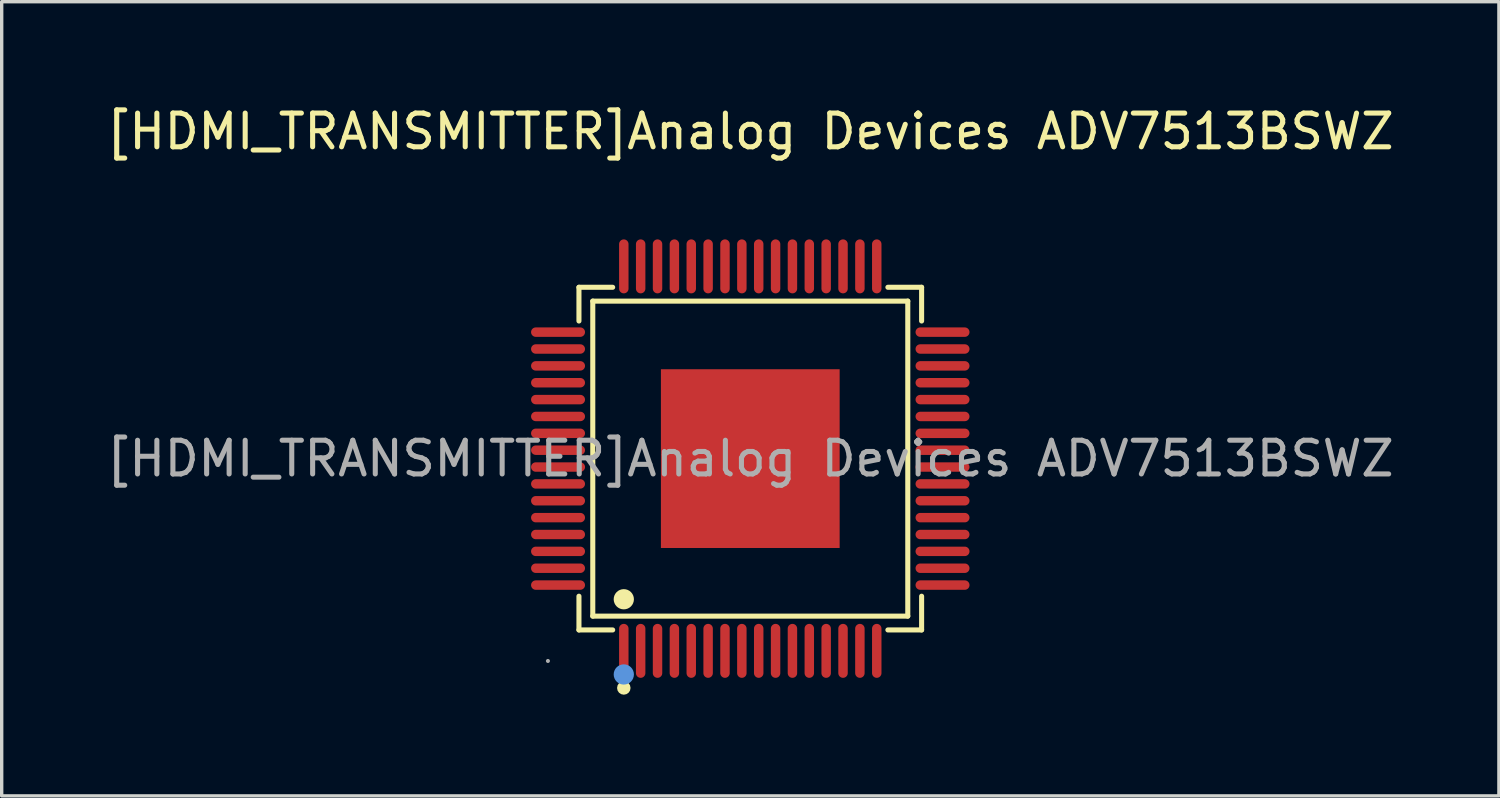
<source format=kicad_pcb>
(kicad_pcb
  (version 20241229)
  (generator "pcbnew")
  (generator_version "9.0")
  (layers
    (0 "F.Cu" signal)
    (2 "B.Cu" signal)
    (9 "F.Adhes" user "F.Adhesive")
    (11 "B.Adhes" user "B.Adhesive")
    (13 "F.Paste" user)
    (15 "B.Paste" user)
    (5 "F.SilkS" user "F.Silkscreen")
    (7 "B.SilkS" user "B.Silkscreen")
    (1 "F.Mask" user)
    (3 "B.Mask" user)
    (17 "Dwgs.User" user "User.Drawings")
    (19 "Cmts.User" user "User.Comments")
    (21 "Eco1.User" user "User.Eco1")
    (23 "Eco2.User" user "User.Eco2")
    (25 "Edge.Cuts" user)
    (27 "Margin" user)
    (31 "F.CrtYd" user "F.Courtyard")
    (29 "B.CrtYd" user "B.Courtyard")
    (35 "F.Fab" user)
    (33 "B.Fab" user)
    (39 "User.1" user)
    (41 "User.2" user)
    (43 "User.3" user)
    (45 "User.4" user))
  (footprint "[HDMI_TRANSMITTER]Analog Devices ADV7513BSWZ"
    (layer "F.Cu")
    (at 19.196 10.548)
    (property "Reference" "[HDMI_TRANSMITTER]Analog Devices ADV7513BSWZ" (at 0 -9.7 0) (layer "F.SilkS") (effects (font (size 1 1) (thickness 0.15))))
    (attr smd)
    (fp_line (start -5.08 -5.08) (end -4.08 -5.08) (stroke (width 0.15) (type solid)) (layer "F.SilkS"))
    (fp_line (start -5.08 -4.08) (end -5.08 -5.08) (stroke (width 0.15) (type solid)) (layer "F.SilkS"))
    (fp_line (start -5.08 4.08) (end -5.08 5.08) (stroke (width 0.15) (type solid)) (layer "F.SilkS"))
    (fp_line (start -5.08 5.08) (end -4.08 5.08) (stroke (width 0.15) (type solid)) (layer "F.SilkS"))
    (fp_line (start -4.67 -4.67) (end 4.67 -4.67) (stroke (width 0.15) (type solid)) (layer "F.SilkS"))
    (fp_line (start -4.67 4.67) (end -4.67 -4.67) (stroke (width 0.15) (type solid)) (layer "F.SilkS"))
    (fp_line (start 4.67 -4.67) (end 4.67 4.67) (stroke (width 0.15) (type solid)) (layer "F.SilkS"))
    (fp_line (start 4.67 4.67) (end -4.67 4.67) (stroke (width 0.15) (type solid)) (layer "F.SilkS"))
    (fp_line (start 5.08 -5.08) (end 4.08 -5.08) (stroke (width 0.15) (type solid)) (layer "F.SilkS"))
    (fp_line (start 5.08 -4.08) (end 5.08 -5.08) (stroke (width 0.15) (type solid)) (layer "F.SilkS"))
    (fp_line (start 5.08 4.08) (end 5.08 5.08) (stroke (width 0.15) (type solid)) (layer "F.SilkS"))
    (fp_line (start 5.08 5.08) (end 4.08 5.08) (stroke (width 0.15) (type solid)) (layer "F.SilkS"))
    (fp_circle (center -3.75 4.17) (end -3.6 4.17) (stroke (width 0.3) (type solid)) (fill no) (layer "F.SilkS"))
    (fp_circle (center -3.75 6.8) (end -3.65 6.8) (stroke (width 0.2) (type solid)) (fill no) (layer "F.SilkS"))
    (fp_circle (center -3.75 6.4) (end -3.6 6.4) (stroke (width 0.3) (type solid)) (fill no) (layer "Cmts.User"))
    (fp_circle (center -6 6) (end -5.97 6) (stroke (width 0.06) (type solid)) (fill no) (layer "F.Fab"))
    (fp_text user "${REFERENCE}" (at 0 0 0) (layer "F.Fab") (effects (font (size 1 1) (thickness 0.15))))
    (pad "1" smd oval (at -3.75 5.7) (size 0.28 1.6) (layers "F.Cu" "F.Mask" "F.Paste"))
    (pad "2" smd oval (at -3.25 5.7) (size 0.28 1.6) (layers "F.Cu" "F.Mask" "F.Paste"))
    (pad "3" smd oval (at -2.75 5.7) (size 0.28 1.6) (layers "F.Cu" "F.Mask" "F.Paste"))
    (pad "4" smd oval (at -2.25 5.7) (size 0.28 1.6) (layers "F.Cu" "F.Mask" "F.Paste"))
    (pad "5" smd oval (at -1.75 5.7) (size 0.28 1.6) (layers "F.Cu" "F.Mask" "F.Paste"))
    (pad "6" smd oval (at -1.25 5.7) (size 0.28 1.6) (layers "F.Cu" "F.Mask" "F.Paste"))
    (pad "7" smd oval (at -0.75 5.7) (size 0.28 1.6) (layers "F.Cu" "F.Mask" "F.Paste"))
    (pad "8" smd oval (at -0.25 5.7) (size 0.28 1.6) (layers "F.Cu" "F.Mask" "F.Paste"))
    (pad "9" smd oval (at 0.25 5.7) (size 0.28 1.6) (layers "F.Cu" "F.Mask" "F.Paste"))
    (pad "10" smd oval (at 0.75 5.7) (size 0.28 1.6) (layers "F.Cu" "F.Mask" "F.Paste"))
    (pad "11" smd oval (at 1.25 5.7) (size 0.28 1.6) (layers "F.Cu" "F.Mask" "F.Paste"))
    (pad "12" smd oval (at 1.75 5.7) (size 0.28 1.6) (layers "F.Cu" "F.Mask" "F.Paste"))
    (pad "13" smd oval (at 2.25 5.7) (size 0.28 1.6) (layers "F.Cu" "F.Mask" "F.Paste"))
    (pad "14" smd oval (at 2.75 5.7) (size 0.28 1.6) (layers "F.Cu" "F.Mask" "F.Paste"))
    (pad "15" smd oval (at 3.25 5.7) (size 0.28 1.6) (layers "F.Cu" "F.Mask" "F.Paste"))
    (pad "16" smd oval (at 3.75 5.7) (size 0.28 1.6) (layers "F.Cu" "F.Mask" "F.Paste"))
    (pad "17" smd oval (at 5.7 3.75) (size 1.6 0.28) (layers "F.Cu" "F.Mask" "F.Paste"))
    (pad "18" smd oval (at 5.7 3.25) (size 1.6 0.28) (layers "F.Cu" "F.Mask" "F.Paste"))
    (pad "19" smd oval (at 5.7 2.75) (size 1.6 0.28) (layers "F.Cu" "F.Mask" "F.Paste"))
    (pad "20" smd oval (at 5.7 2.25) (size 1.6 0.28) (layers "F.Cu" "F.Mask" "F.Paste"))
    (pad "21" smd oval (at 5.7 1.75) (size 1.6 0.28) (layers "F.Cu" "F.Mask" "F.Paste"))
    (pad "22" smd oval (at 5.7 1.25) (size 1.6 0.28) (layers "F.Cu" "F.Mask" "F.Paste"))
    (pad "23" smd oval (at 5.7 0.75) (size 1.6 0.28) (layers "F.Cu" "F.Mask" "F.Paste"))
    (pad "24" smd oval (at 5.7 0.25) (size 1.6 0.28) (layers "F.Cu" "F.Mask" "F.Paste"))
    (pad "25" smd oval (at 5.7 -0.25) (size 1.6 0.28) (layers "F.Cu" "F.Mask" "F.Paste"))
    (pad "26" smd oval (at 5.7 -0.75) (size 1.6 0.28) (layers "F.Cu" "F.Mask" "F.Paste"))
    (pad "27" smd oval (at 5.7 -1.25) (size 1.6 0.28) (layers "F.Cu" "F.Mask" "F.Paste"))
    (pad "28" smd oval (at 5.7 -1.75) (size 1.6 0.28) (layers "F.Cu" "F.Mask" "F.Paste"))
    (pad "29" smd oval (at 5.7 -2.25) (size 1.6 0.28) (layers "F.Cu" "F.Mask" "F.Paste"))
    (pad "30" smd oval (at 5.7 -2.75) (size 1.6 0.28) (layers "F.Cu" "F.Mask" "F.Paste"))
    (pad "31" smd oval (at 5.7 -3.25) (size 1.6 0.28) (layers "F.Cu" "F.Mask" "F.Paste"))
    (pad "32" smd oval (at 5.7 -3.75) (size 1.6 0.28) (layers "F.Cu" "F.Mask" "F.Paste"))
    (pad "33" smd oval (at 3.75 -5.7) (size 0.28 1.6) (layers "F.Cu" "F.Mask" "F.Paste"))
    (pad "34" smd oval (at 3.25 -5.7) (size 0.28 1.6) (layers "F.Cu" "F.Mask" "F.Paste"))
    (pad "35" smd oval (at 2.75 -5.7) (size 0.28 1.6) (layers "F.Cu" "F.Mask" "F.Paste"))
    (pad "36" smd oval (at 2.25 -5.7) (size 0.28 1.6) (layers "F.Cu" "F.Mask" "F.Paste"))
    (pad "37" smd oval (at 1.75 -5.7) (size 0.28 1.6) (layers "F.Cu" "F.Mask" "F.Paste"))
    (pad "38" smd oval (at 1.25 -5.7) (size 0.28 1.6) (layers "F.Cu" "F.Mask" "F.Paste"))
    (pad "39" smd oval (at 0.75 -5.7) (size 0.28 1.6) (layers "F.Cu" "F.Mask" "F.Paste"))
    (pad "40" smd oval (at 0.25 -5.7) (size 0.28 1.6) (layers "F.Cu" "F.Mask" "F.Paste"))
    (pad "41" smd oval (at -0.25 -5.7) (size 0.28 1.6) (layers "F.Cu" "F.Mask" "F.Paste"))
    (pad "42" smd oval (at -0.75 -5.7) (size 0.28 1.6) (layers "F.Cu" "F.Mask" "F.Paste"))
    (pad "43" smd oval (at -1.25 -5.7) (size 0.28 1.6) (layers "F.Cu" "F.Mask" "F.Paste"))
    (pad "44" smd oval (at -1.75 -5.7) (size 0.28 1.6) (layers "F.Cu" "F.Mask" "F.Paste"))
    (pad "45" smd oval (at -2.25 -5.7) (size 0.28 1.6) (layers "F.Cu" "F.Mask" "F.Paste"))
    (pad "46" smd oval (at -2.75 -5.7) (size 0.28 1.6) (layers "F.Cu" "F.Mask" "F.Paste"))
    (pad "47" smd oval (at -3.25 -5.7) (size 0.28 1.6) (layers "F.Cu" "F.Mask" "F.Paste"))
    (pad "48" smd oval (at -3.75 -5.7) (size 0.28 1.6) (layers "F.Cu" "F.Mask" "F.Paste"))
    (pad "49" smd oval (at -5.7 -3.75) (size 1.6 0.28) (layers "F.Cu" "F.Mask" "F.Paste"))
    (pad "50" smd oval (at -5.7 -3.25) (size 1.6 0.28) (layers "F.Cu" "F.Mask" "F.Paste"))
    (pad "51" smd oval (at -5.7 -2.75) (size 1.6 0.28) (layers "F.Cu" "F.Mask" "F.Paste"))
    (pad "52" smd oval (at -5.7 -2.25) (size 1.6 0.28) (layers "F.Cu" "F.Mask" "F.Paste"))
    (pad "53" smd oval (at -5.7 -1.75) (size 1.6 0.28) (layers "F.Cu" "F.Mask" "F.Paste"))
    (pad "54" smd oval (at -5.7 -1.25) (size 1.6 0.28) (layers "F.Cu" "F.Mask" "F.Paste"))
    (pad "55" smd oval (at -5.7 -0.75) (size 1.6 0.28) (layers "F.Cu" "F.Mask" "F.Paste"))
    (pad "56" smd oval (at -5.7 -0.25) (size 1.6 0.28) (layers "F.Cu" "F.Mask" "F.Paste"))
    (pad "57" smd oval (at -5.7 0.25) (size 1.6 0.28) (layers "F.Cu" "F.Mask" "F.Paste"))
    (pad "58" smd oval (at -5.7 0.75) (size 1.6 0.28) (layers "F.Cu" "F.Mask" "F.Paste"))
    (pad "59" smd oval (at -5.7 1.25) (size 1.6 0.28) (layers "F.Cu" "F.Mask" "F.Paste"))
    (pad "60" smd oval (at -5.7 1.75) (size 1.6 0.28) (layers "F.Cu" "F.Mask" "F.Paste"))
    (pad "61" smd oval (at -5.7 2.25) (size 1.6 0.28) (layers "F.Cu" "F.Mask" "F.Paste"))
    (pad "62" smd oval (at -5.7 2.75) (size 1.6 0.28) (layers "F.Cu" "F.Mask" "F.Paste"))
    (pad "63" smd oval (at -5.7 3.25) (size 1.6 0.28) (layers "F.Cu" "F.Mask" "F.Paste"))
    (pad "64" smd oval (at -5.7 3.75) (size 1.6 0.28) (layers "F.Cu" "F.Mask" "F.Paste"))
    (pad "65" smd rect (at 0 0) (size 5.3 5.3) (layers "F.Cu" "F.Mask" "F.Paste")))
  (gr_rect
    (start -3 -3)
    (end 41.393 20.548)
    (stroke (width 0.1) (type default))
    (fill no)
    (layer "Edge.Cuts")))
</source>
